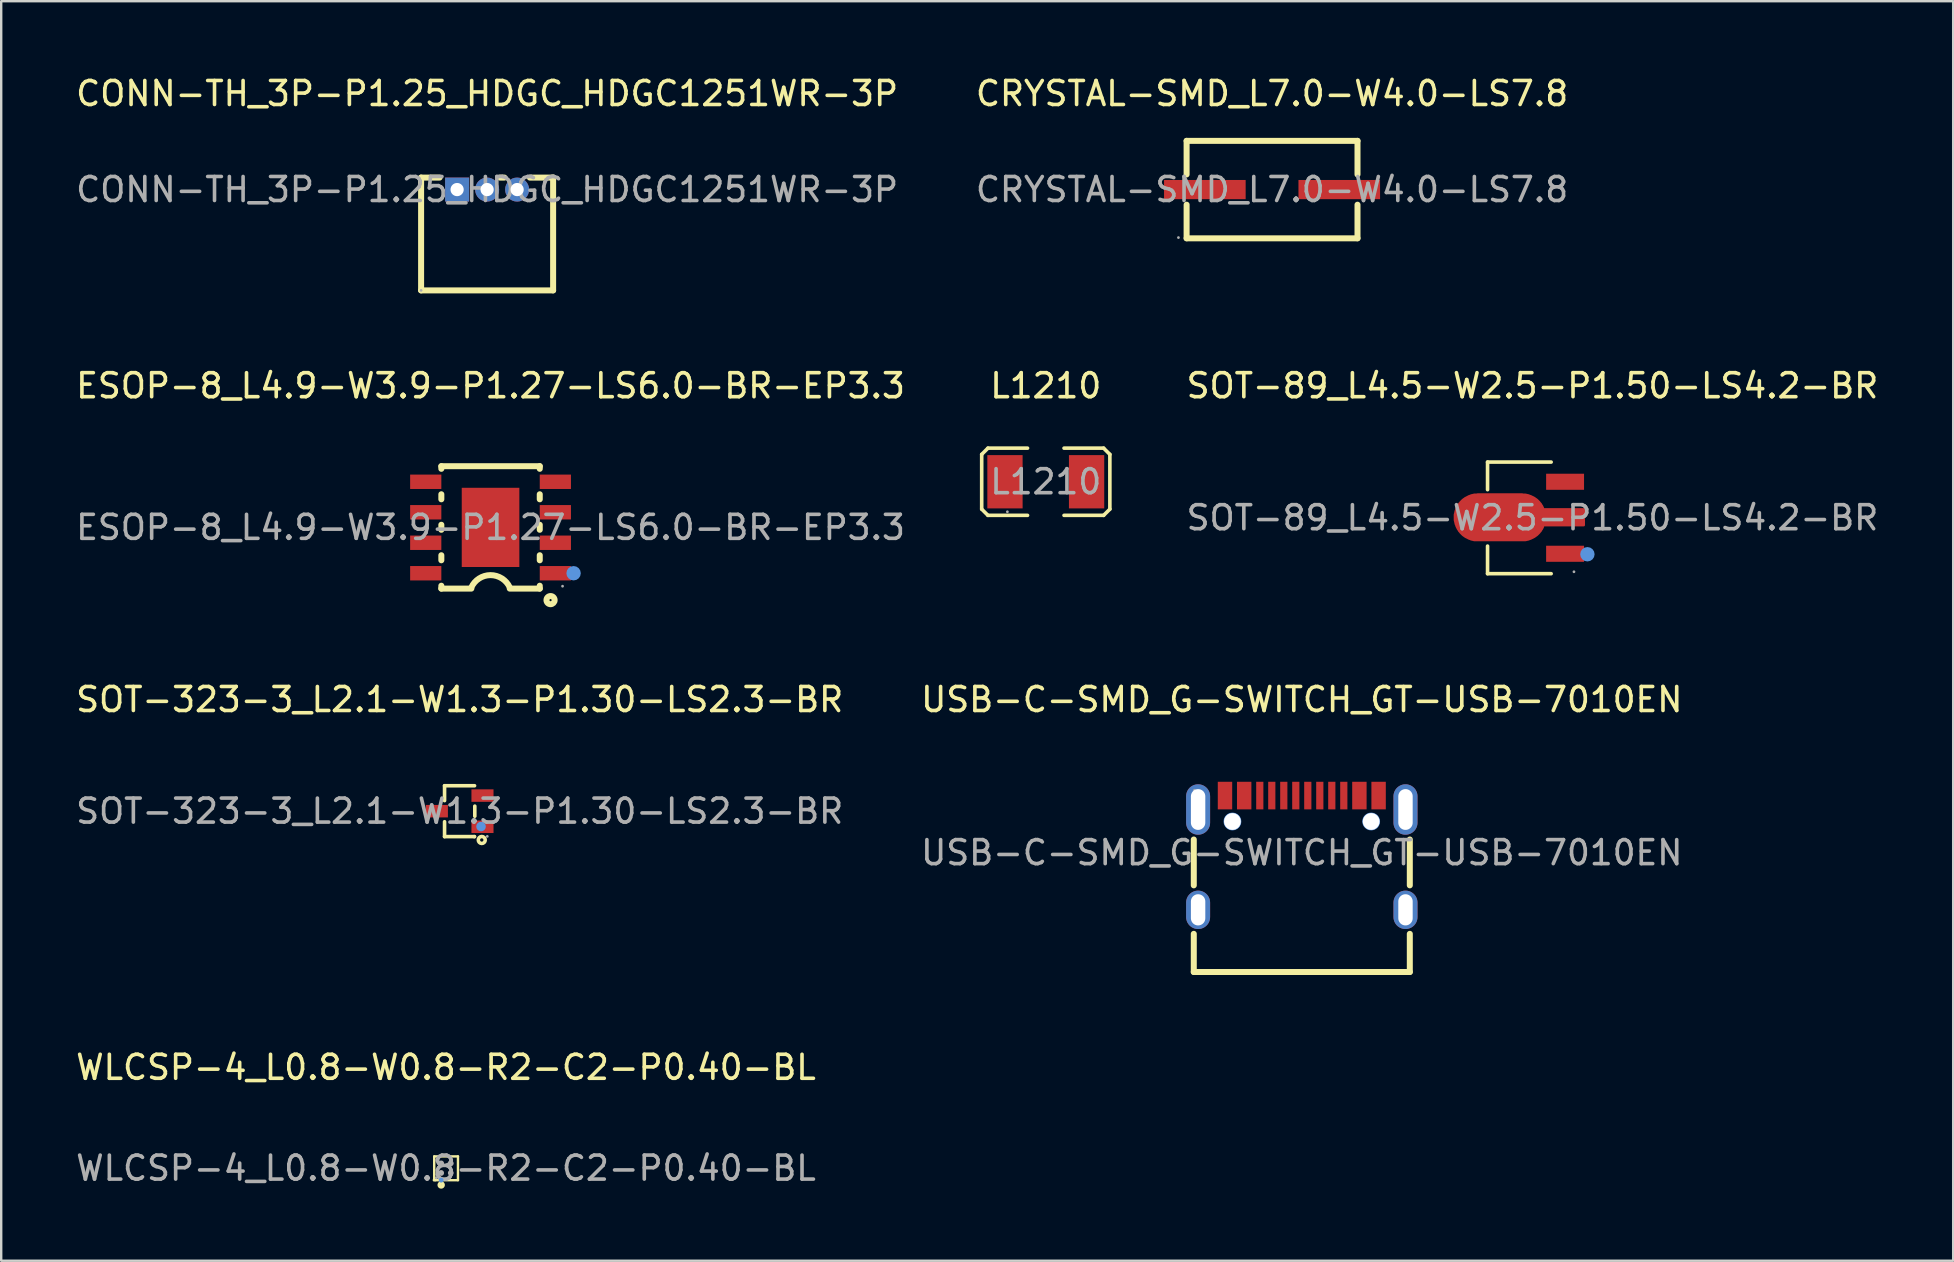
<source format=kicad_pcb>
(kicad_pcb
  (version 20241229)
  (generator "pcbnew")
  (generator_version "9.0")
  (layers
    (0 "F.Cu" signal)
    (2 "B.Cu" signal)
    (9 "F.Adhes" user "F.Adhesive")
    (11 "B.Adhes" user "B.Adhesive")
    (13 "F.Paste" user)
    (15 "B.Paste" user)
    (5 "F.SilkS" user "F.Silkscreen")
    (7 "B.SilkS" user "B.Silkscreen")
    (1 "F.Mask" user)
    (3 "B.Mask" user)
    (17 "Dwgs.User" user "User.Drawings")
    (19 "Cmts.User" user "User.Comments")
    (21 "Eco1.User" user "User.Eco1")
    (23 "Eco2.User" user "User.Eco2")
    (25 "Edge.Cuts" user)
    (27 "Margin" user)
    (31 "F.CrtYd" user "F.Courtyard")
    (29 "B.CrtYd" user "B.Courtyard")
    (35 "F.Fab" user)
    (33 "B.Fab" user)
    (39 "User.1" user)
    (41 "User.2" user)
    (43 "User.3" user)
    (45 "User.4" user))
  (footprint "SOT-323-3_L2.1-W1.3-P1.30-LS2.3-BR"
    (layer "F.Cu")
    (at 16.101 30.745)
    (property "Reference" "SOT-323-3_L2.1-W1.3-P1.30-LS2.3-BR" (at 0 -4.65 0) (layer "F.SilkS") (effects (font (size 1 1) (thickness 0.15))))
    (attr smd)
    (fp_line (start -0.63 -1.06) (end -0.63 -0.44) (stroke (width 0.15) (type solid)) (layer "F.SilkS"))
    (fp_line (start -0.63 -1.06) (end 0.62 -1.06) (stroke (width 0.15) (type solid)) (layer "F.SilkS"))
    (fp_line (start -0.63 0.44) (end -0.63 1.06) (stroke (width 0.15) (type solid)) (layer "F.SilkS"))
    (fp_line (start -0.63 1.06) (end 0.61 1.06) (stroke (width 0.15) (type solid)) (layer "F.SilkS"))
    (fp_line (start 0.61 1.06) (end 0.62 1.06) (stroke (width 0.15) (type solid)) (layer "F.SilkS"))
    (fp_line (start 0.63 0.21) (end 0.63 -0.21) (stroke (width 0.15) (type solid)) (layer "F.SilkS"))
    (fp_circle (center 0.92 1.2) (end 0.99 1.2) (stroke (width 0.15) (type solid)) (fill no) (layer "F.SilkS"))
    (fp_circle (center 0.89 0.64) (end 0.99 0.64) (stroke (width 0.2) (type solid)) (fill no) (layer "Cmts.User"))
    (fp_circle (center 1.15 1.05) (end 1.18 1.05) (stroke (width 0.06) (type solid)) (fill no) (layer "F.Fab"))
    (fp_text user "${REFERENCE}" (at 0 0 0) (layer "F.Fab") (effects (font (size 1 1) (thickness 0.15))))
    (pad "1" smd rect (at 0.95 0.65 90) (size 0.52 0.92) (layers "F.Cu" "F.Mask" "F.Paste"))
    (pad "2" smd rect (at 0.95 -0.65 90) (size 0.52 0.92) (layers "F.Cu" "F.Mask" "F.Paste"))
    (pad "3" smd rect (at -0.95 0 90) (size 0.52 0.92) (layers "F.Cu" "F.Mask" "F.Paste")))
  (footprint "ESOP-8_L4.9-W3.9-P1.27-LS6.0-BR-EP3.3"
    (layer "F.Cu")
    (at 17.387 18.922)
    (property "Reference" "ESOP-8_L4.9-W3.9-P1.27-LS6.0-BR-EP3.3" (at 0 -5.9 0) (layer "F.SilkS") (effects (font (size 1 1) (thickness 0.15))))
    (attr smd)
    (fp_line (start -2.05 -2.55) (end 2.05 -2.55) (stroke (width 0.25) (type solid)) (layer "F.SilkS"))
    (fp_line (start -2.05 -2.44) (end -2.05 -2.55) (stroke (width 0.25) (type solid)) (layer "F.SilkS"))
    (fp_line (start -2.05 -1.17) (end -2.05 -1.38) (stroke (width 0.25) (type solid)) (layer "F.SilkS"))
    (fp_line (start -2.05 0.1) (end -2.05 -0.11) (stroke (width 0.25) (type solid)) (layer "F.SilkS"))
    (fp_line (start -2.05 1.37) (end -2.05 1.16) (stroke (width 0.25) (type solid)) (layer "F.SilkS"))
    (fp_line (start -2.05 2.55) (end -2.05 2.43) (stroke (width 0.25) (type solid)) (layer "F.SilkS"))
    (fp_line (start -0.8 2.55) (end -2.05 2.55) (stroke (width 0.25) (type solid)) (layer "F.SilkS"))
    (fp_line (start 0.8 2.55) (end 2.05 2.55) (stroke (width 0.25) (type solid)) (layer "F.SilkS"))
    (fp_line (start 2.05 -2.44) (end 2.05 -2.55) (stroke (width 0.25) (type solid)) (layer "F.SilkS"))
    (fp_line (start 2.05 -1.17) (end 2.05 -1.38) (stroke (width 0.25) (type solid)) (layer "F.SilkS"))
    (fp_line (start 2.05 0.1) (end 2.05 -0.11) (stroke (width 0.25) (type solid)) (layer "F.SilkS"))
    (fp_line (start 2.05 1.37) (end 2.05 1.16) (stroke (width 0.25) (type solid)) (layer "F.SilkS"))
    (fp_line (start 2.05 2.55) (end 2.05 2.43) (stroke (width 0.25) (type solid)) (layer "F.SilkS"))
    (fp_arc (start -0.80257 2.505609) (mid -0.003085 1.988586) (end 0.8 2.5) (stroke (width 0.25) (type solid)) (layer "F.SilkS"))
    (fp_circle (center 2.5 3.03) (end 2.67 3.03) (stroke (width 0.25) (type solid)) (fill no) (layer "F.SilkS"))
    (fp_circle (center 3.46 1.91) (end 3.61 1.91) (stroke (width 0.3) (type solid)) (fill no) (layer "Cmts.User"))
    (fp_circle (center 3 2.45) (end 3.03 2.45) (stroke (width 0.06) (type solid)) (fill no) (layer "F.Fab"))
    (fp_text user "${REFERENCE}" (at 0 0 0) (layer "F.Fab") (effects (font (size 1 1) (thickness 0.15))))
    (pad "1" smd rect (at 2.7 1.91 180) (size 1.3 0.6) (layers "F.Cu" "F.Mask" "F.Paste"))
    (pad "2" smd rect (at 2.7 0.64 180) (size 1.3 0.6) (layers "F.Cu" "F.Mask" "F.Paste"))
    (pad "3" smd rect (at 2.7 -0.63 180) (size 1.3 0.6) (layers "F.Cu" "F.Mask" "F.Paste"))
    (pad "4" smd rect (at 2.7 -1.9 180) (size 1.3 0.6) (layers "F.Cu" "F.Mask" "F.Paste"))
    (pad "5" smd rect (at -2.7 -1.9 180) (size 1.3 0.6) (layers "F.Cu" "F.Mask" "F.Paste"))
    (pad "6" smd rect (at -2.7 -0.63 180) (size 1.3 0.6) (layers "F.Cu" "F.Mask" "F.Paste"))
    (pad "7" smd rect (at -2.7 0.64 180) (size 1.3 0.6) (layers "F.Cu" "F.Mask" "F.Paste"))
    (pad "8" smd rect (at -2.7 1.91 180) (size 1.3 0.6) (layers "F.Cu" "F.Mask" "F.Paste"))
    (pad "9" smd rect (at 0 0 180) (size 2.4 3.3) (layers "F.Cu" "F.Mask" "F.Paste")))
  (footprint "USB-C-SMD_G-SWITCH_GT-USB-7010EN"
    (layer "F.Cu")
    (at 51.185 32.475)
    (property "Reference" "USB-C-SMD_G-SWITCH_GT-USB-7010EN" (at 0 -6.38 0) (layer "F.SilkS") (effects (font (size 1 1) (thickness 0.15))))
    (attr smd)
    (fp_line (start -4.5 1.36) (end -4.5 -0.55) (stroke (width 0.25) (type solid)) (layer "F.SilkS"))
    (fp_line (start -4.5 4.97) (end -4.5 3.38) (stroke (width 0.25) (type solid)) (layer "F.SilkS"))
    (fp_line (start -4.5 4.97) (end 4.5 4.97) (stroke (width 0.25) (type solid)) (layer "F.SilkS"))
    (fp_line (start 4.5 1.36) (end 4.5 -0.55) (stroke (width 0.25) (type solid)) (layer "F.SilkS"))
    (fp_line (start 4.5 4.97) (end 4.5 3.38) (stroke (width 0.25) (type solid)) (layer "F.SilkS"))
    (fp_circle (center -2.89 -1.3) (end -2.77 -1.3) (stroke (width 0.25) (type solid)) (fill no) (layer "Cmts.User"))
    (fp_circle (center 2.89 -1.3) (end 3.01 -1.3) (stroke (width 0.25) (type solid)) (fill no) (layer "Cmts.User"))
    (fp_circle (center -4.47 -2.6) (end -4.44 -2.6) (stroke (width 0.06) (type solid)) (fill no) (layer "F.Fab"))
    (fp_text user "${REFERENCE}" (at 0 0 0) (layer "F.Fab") (effects (font (size 1 1) (thickness 0.15))))
    (pad "" thru_hole circle (at -2.89 -1.3) (size 0.7 0.7) (drill 0.7) (layers "*.Cu" "*.Mask"))
    (pad "" thru_hole circle (at 2.89 -1.3) (size 0.7 0.7) (drill 0.7) (layers "*.Cu" "*.Mask"))
    (pad "1" thru_hole oval (at -4.32 -1.8) (size 1 2.1) (drill oval 0.6 1.7) (layers "*.Cu" "*.Paste" "*.Mask"))
    (pad "2" thru_hole oval (at 4.32 -1.8) (size 1 2.1) (drill oval 0.6 1.7) (layers "*.Cu" "*.Paste" "*.Mask"))
    (pad "3" thru_hole oval (at 4.32 2.38) (size 1 1.6) (drill oval 0.6 1.3) (layers "*.Cu" "*.Paste" "*.Mask"))
    (pad "4" thru_hole oval (at -4.32 2.38) (size 1 1.6) (drill oval 0.6 1.3) (layers "*.Cu" "*.Paste" "*.Mask"))
    (pad "A1B12" smd rect (at -3.2 -2.38) (size 0.6 1.15) (layers "F.Cu" "F.Mask" "F.Paste"))
    (pad "A4B9" smd rect (at -2.4 -2.38) (size 0.6 1.15) (layers "F.Cu" "F.Mask" "F.Paste"))
    (pad "A5" smd rect (at -1.25 -2.38) (size 0.3 1.15) (layers "F.Cu" "F.Mask" "F.Paste"))
    (pad "A6" smd rect (at -0.25 -2.38) (size 0.3 1.15) (layers "F.Cu" "F.Mask" "F.Paste"))
    (pad "A7" smd rect (at 0.25 -2.38) (size 0.3 1.15) (layers "F.Cu" "F.Mask" "F.Paste"))
    (pad "A8" smd rect (at 1.25 -2.38) (size 0.3 1.15) (layers "F.Cu" "F.Mask" "F.Paste"))
    (pad "B1A12" smd rect (at 3.2 -2.38) (size 0.6 1.15) (layers "F.Cu" "F.Mask" "F.Paste"))
    (pad "B4A9" smd rect (at 2.4 -2.38) (size 0.6 1.15) (layers "F.Cu" "F.Mask" "F.Paste"))
    (pad "B5" smd rect (at 1.75 -2.38) (size 0.3 1.15) (layers "F.Cu" "F.Mask" "F.Paste"))
    (pad "B6" smd rect (at 0.75 -2.38) (size 0.3 1.15) (layers "F.Cu" "F.Mask" "F.Paste"))
    (pad "B7" smd rect (at -0.75 -2.38) (size 0.3 1.15) (layers "F.Cu" "F.Mask" "F.Paste"))
    (pad "B8" smd rect (at -1.75 -2.38) (size 0.3 1.15) (layers "F.Cu" "F.Mask" "F.Paste")))
  (footprint "WLCSP-4_L0.8-W0.8-R2-C2-P0.40-BL"
    (layer "F.Cu")
    (at 15.53 45.618)
    (property "Reference" "WLCSP-4_L0.8-W0.8-R2-C2-P0.40-BL" (at 0 -4.2 0) (layer "F.SilkS") (effects (font (size 1 1) (thickness 0.15))))
    (attr smd)
    (fp_line (start -0.5 0.5) (end -0.49 0.44) (stroke (width 0.1) (type solid)) (layer "F.SilkS"))
    (fp_line (start -0.49 -0.49) (end 0.5 -0.49) (stroke (width 0.1) (type solid)) (layer "F.SilkS"))
    (fp_line (start -0.49 0.44) (end -0.49 -0.49) (stroke (width 0.1) (type solid)) (layer "F.SilkS"))
    (fp_line (start -0.44 0.5) (end -0.5 0.5) (stroke (width 0.1) (type solid)) (layer "F.SilkS"))
    (fp_line (start 0.5 -0.49) (end 0.5 0.5) (stroke (width 0.1) (type solid)) (layer "F.SilkS"))
    (fp_line (start 0.5 0.5) (end -0.44 0.5) (stroke (width 0.1) (type solid)) (layer "F.SilkS"))
    (fp_circle (center -0.2 0.7) (end -0.12 0.7) (stroke (width 0.15) (type solid)) (fill no) (layer "F.SilkS"))
    (fp_circle (center -0.2 0.5) (end -0.15 0.5) (stroke (width 0.1) (type solid)) (fill no) (layer "Cmts.User"))
    (fp_circle (center -0.4 0.4) (end -0.37 0.4) (stroke (width 0.06) (type solid)) (fill no) (layer "F.Fab"))
    (fp_circle (center -0.2 -0.2) (end -0.14 -0.2) (stroke (width 0.12) (type solid)) (fill no) (layer "F.Fab"))
    (fp_circle (center -0.2 0.2) (end -0.14 0.2) (stroke (width 0.12) (type solid)) (fill no) (layer "F.Fab"))
    (fp_circle (center 0.2 -0.2) (end 0.26 -0.2) (stroke (width 0.12) (type solid)) (fill no) (layer "F.Fab"))
    (fp_circle (center 0.2 0.2) (end 0.26 0.2) (stroke (width 0.12) (type solid)) (fill no) (layer "F.Fab"))
    (fp_text user "${REFERENCE}" (at 0 0 0) (layer "F.Fab") (effects (font (size 1 1) (thickness 0.15))))
    (pad "A1" smd circle (at -0.2 0.2 270) (size 0.2 0.2) (layers "F.Cu" "F.Mask" "F.Paste"))
    (pad "A2" smd circle (at -0.2 -0.2 270) (size 0.2 0.2) (layers "F.Cu" "F.Mask" "F.Paste"))
    (pad "B1" smd circle (at 0.2 0.2 270) (size 0.2 0.2) (layers "F.Cu" "F.Mask" "F.Paste"))
    (pad "B2" smd circle (at 0.2 -0.2 270) (size 0.2 0.2) (layers "F.Cu" "F.Mask" "F.Paste")))
  (footprint "L1210"
    (layer "F.Cu")
    (at 40.519 17.021)
    (property "Reference" "L1210" (at 0 -4 0) (layer "F.SilkS") (effects (font (size 1 1) (thickness 0.15))))
    (attr smd)
    (fp_line (start -2.67 -1.14) (end -2.41 -1.4) (stroke (width 0.15) (type solid)) (layer "F.SilkS"))
    (fp_line (start -2.67 1.14) (end -2.67 -1.14) (stroke (width 0.15) (type solid)) (layer "F.SilkS"))
    (fp_line (start -2.41 -1.4) (end -0.76 -1.4) (stroke (width 0.15) (type solid)) (layer "F.SilkS"))
    (fp_line (start -2.41 1.4) (end -2.67 1.14) (stroke (width 0.15) (type solid)) (layer "F.SilkS"))
    (fp_line (start -0.76 1.4) (end -2.41 1.4) (stroke (width 0.15) (type solid)) (layer "F.SilkS"))
    (fp_line (start 0.76 -1.4) (end 2.41 -1.4) (stroke (width 0.15) (type solid)) (layer "F.SilkS"))
    (fp_line (start 2.41 -1.4) (end 2.67 -1.14) (stroke (width 0.15) (type solid)) (layer "F.SilkS"))
    (fp_line (start 2.41 1.4) (end 0.76 1.4) (stroke (width 0.15) (type solid)) (layer "F.SilkS"))
    (fp_line (start 2.67 -1.14) (end 2.67 1.14) (stroke (width 0.15) (type solid)) (layer "F.SilkS"))
    (fp_line (start 2.67 1.14) (end 2.41 1.4) (stroke (width 0.15) (type solid)) (layer "F.SilkS"))
    (fp_circle (center -1.6 1.25) (end -1.57 1.25) (stroke (width 0.06) (type solid)) (fill no) (layer "F.Fab"))
    (fp_text user "${REFERENCE}" (at 0 0 0) (layer "F.Fab") (effects (font (size 1 1) (thickness 0.15))))
    (pad "1" smd rect (at -1.7 0 180) (size 1.47 2.22) (layers "F.Cu" "F.Mask" "F.Paste"))
    (pad "2" smd rect (at 1.7 0 180) (size 1.47 2.22) (layers "F.Cu" "F.Mask" "F.Paste")))
  (footprint "CONN-TH_3P-P1.25_HDGC_HDGC1251WR-3P"
    (layer "F.Cu")
    (at 17.244 4.848)
    (property "Reference" "CONN-TH_3P-P1.25_HDGC_HDGC1251WR-3P" (at 0 -4 0) (layer "F.SilkS") (effects (font (size 1 1) (thickness 0.15))))
    (attr smd)
    (fp_line (start -2.75 -0.5) (end -1.98 -0.5) (stroke (width 0.25) (type solid)) (layer "F.SilkS"))
    (fp_line (start -2.75 4.2) (end -2.75 -0.5) (stroke (width 0.25) (type solid)) (layer "F.SilkS"))
    (fp_line (start -2.75 4.2) (end 2.75 4.2) (stroke (width 0.25) (type solid)) (layer "F.SilkS"))
    (fp_line (start 0.53 -0.5) (end 0.72 -0.5) (stroke (width 0.25) (type solid)) (layer "F.SilkS"))
    (fp_line (start 1.78 -0.5) (end 2.75 -0.5) (stroke (width 0.25) (type solid)) (layer "F.SilkS"))
    (fp_line (start 2.75 -0.5) (end 2.75 4.2) (stroke (width 0.25) (type solid)) (layer "F.SilkS"))
    (fp_circle (center -2.75 4.2) (end -2.72 4.2) (stroke (width 0.06) (type solid)) (fill no) (layer "F.Fab"))
    (fp_text user "${REFERENCE}" (at 0 0 0) (layer "F.Fab") (effects (font (size 1 1) (thickness 0.15))))
    (pad "1" thru_hole rect (at -1.25 0) (size 1 1) (drill 0.55) (layers "*.Cu" "*.Mask"))
    (pad "2" thru_hole circle (at 0 0) (size 1 1) (drill 0.55) (layers "*.Cu" "*.Mask"))
    (pad "3" thru_hole circle (at 1.25 0) (size 1 1) (drill 0.55) (layers "*.Cu" "*.Mask")))
  (footprint "CRYSTAL-SMD_L7.0-W4.0-LS7.8"
    (layer "F.Cu")
    (at 49.946 4.848)
    (property "Reference" "CRYSTAL-SMD_L7.0-W4.0-LS7.8" (at 0 -4 0) (layer "F.SilkS") (effects (font (size 1 1) (thickness 0.15))))
    (attr smd)
    (fp_line (start -3.56 -2.03) (end 3.56 -2.03) (stroke (width 0.25) (type solid)) (layer "F.SilkS"))
    (fp_line (start -3.56 -0.63) (end -3.56 -2.03) (stroke (width 0.25) (type solid)) (layer "F.SilkS"))
    (fp_line (start -3.56 2.03) (end -3.56 0.63) (stroke (width 0.25) (type solid)) (layer "F.SilkS"))
    (fp_line (start 3.56 -2.03) (end 3.56 -0.63) (stroke (width 0.25) (type solid)) (layer "F.SilkS"))
    (fp_line (start 3.56 0.63) (end 3.56 2.03) (stroke (width 0.25) (type solid)) (layer "F.SilkS"))
    (fp_line (start 3.56 2.03) (end -3.56 2.03) (stroke (width 0.25) (type solid)) (layer "F.SilkS"))
    (fp_circle (center -3.9 2) (end -3.87 2) (stroke (width 0.06) (type solid)) (fill no) (layer "F.Fab"))
    (fp_text user "${REFERENCE}" (at 0 0 0) (layer "F.Fab") (effects (font (size 1 1) (thickness 0.15))))
    (pad "1" smd rect (at -2.8 0) (size 3.4 0.8) (layers "F.Cu" "F.Mask" "F.Paste"))
    (pad "2" smd rect (at 2.8 0) (size 3.4 0.8) (layers "F.Cu" "F.Mask" "F.Paste")))
  (footprint "SOT-89_L4.5-W2.5-P1.50-LS4.2-BR"
    (layer "F.Cu")
    (at 60.794 18.521)
    (property "Reference" "SOT-89_L4.5-W2.5-P1.50-LS4.2-BR" (at 0 -5.5 0) (layer "F.SilkS") (effects (font (size 1 1) (thickness 0.15))))
    (attr smd)
    (fp_line (start -1.87 -2.32) (end -1.87 -1.17) (stroke (width 0.15) (type solid)) (layer "F.SilkS"))
    (fp_line (start -1.87 2.33) (end -1.87 1.18) (stroke (width 0.15) (type solid)) (layer "F.SilkS"))
    (fp_line (start 0.78 -2.32) (end -1.87 -2.32) (stroke (width 0.15) (type solid)) (layer "F.SilkS"))
    (fp_line (start 0.78 2.33) (end -1.87 2.33) (stroke (width 0.15) (type solid)) (layer "F.SilkS"))
    (fp_circle (center 2.29 1.52) (end 2.44 1.52) (stroke (width 0.3) (type solid)) (fill no) (layer "Cmts.User"))
    (fp_circle (center 1.73 2.25) (end 1.76 2.25) (stroke (width 0.06) (type solid)) (fill no) (layer "F.Fab"))
    (fp_text user "${REFERENCE}" (at 0 0 0) (layer "F.Fab") (effects (font (size 1 1) (thickness 0.15))))
    (pad "1" smd rect (at 1.36 1.5) (size 1.58 0.67) (layers "F.Cu" "F.Mask" "F.Paste"))
    (pad "2" smd custom (at 0 -0.01) (size 1 1) (layers "F.Cu" "F.Mask" "F.Paste") (options (anchor circle)) (primitives (gr_poly (pts (xy -2.28 -0.96) (xy -0.43 -0.96) (xy -0.38 -0.95) (xy -0.34 -0.95) (xy -0.3 -0.95) (xy -0.25 -0.94) (xy -0.21 -0.93) (xy -0.16 -0.92) (xy -0.12 -0.9) (xy -0.08 -0.89) (xy -0.04 -0.87) (xy 0 -0.85) (xy 0.04 -0.83) (xy 0.08 -0.81) (xy 0.12 -0.78) (xy 0.15 -0.76) (xy 0.19 -0.73) (xy 0.22 -0.7) (xy 0.25 -0.67) (xy 0.28 -0.64) (xy 0.31 -0.6) (xy 0.34 -0.57) (xy 0.36 -0.53) (xy 0.39 -0.49) (xy 0.41 -0.45) (xy 0.43 -0.41) (xy 0.45 -0.34) (xy 2.14 -0.34) (xy 2.14 0.32) (xy 0.45 0.32) (xy 0.43 0.4) (xy 0.41 0.44) (xy 0.39 0.48) (xy 0.36 0.52) (xy 0.34 0.56) (xy 0.31 0.59) (xy 0.28 0.63) (xy 0.25 0.66) (xy 0.22 0.69) (xy 0.19 0.72) (xy 0.15 0.75) (xy 0.12 0.77) (xy 0.08 0.8) (xy 0.04 0.82) (xy 0 0.84) (xy -0.04 0.86) (xy -0.08 0.88) (xy -0.12 0.89) (xy -0.16 0.91) (xy -0.21 0.92) (xy -0.25 0.93) (xy -0.3 0.94) (xy -0.34 0.94) (xy -0.38 0.94) (xy -0.43 0.94) (xy -2.28 0.94) (xy -2.33 0.94) (xy -2.37 0.94) (xy -2.42 0.94) (xy -2.46 0.93) (xy -2.5 0.92) (xy -2.55 0.91) (xy -2.59 0.89) (xy -2.63 0.88) (xy -2.67 0.86) (xy -2.71 0.84) (xy -2.75 0.82) (xy -2.79 0.8) (xy -2.83 0.77) (xy -2.86 0.75) (xy -2.9 0.72) (xy -2.93 0.69) (xy -2.96 0.66) (xy -2.99 0.63) (xy -3.02 0.59) (xy -3.05 0.56) (xy -3.07 0.52) (xy -3.1 0.48) (xy -3.12 0.44) (xy -3.14 0.4) (xy -3.16 0.36) (xy -3.17 0.32) (xy -3.19 0.28) (xy -3.2 0.24) (xy -3.21 0.19) (xy -3.22 0.15) (xy -3.23 0.11) (xy -3.23 0.06) (xy -3.23 0.02) (xy -3.23 -0.03) (xy -3.23 -0.07) (xy -3.23 -0.12) (xy -3.22 -0.16) (xy -3.21 -0.2) (xy -3.2 -0.25) (xy -3.19 -0.29) (xy -3.17 -0.33) (xy -3.16 -0.37) (xy -3.14 -0.41) (xy -3.12 -0.45) (xy -3.1 -0.49) (xy -3.07 -0.53) (xy -3.05 -0.57) (xy -3.02 -0.6) (xy -2.99 -0.64) (xy -2.96 -0.67) (xy -2.93 -0.7) (xy -2.9 -0.73) (xy -2.86 -0.76) (xy -2.83 -0.78) (xy -2.79 -0.81) (xy -2.75 -0.83) (xy -2.71 -0.85) (xy -2.67 -0.87) (xy -2.63 -0.89) (xy -2.59 -0.9) (xy -2.55 -0.92) (xy -2.5 -0.93) (xy -2.46 -0.94) (xy -2.42 -0.95) (xy -2.37 -0.95) (xy -2.33 -0.95) (xy -2.28 -0.96)) (width 0.1) (fill yes))))
    (pad "3" smd rect (at 1.36 -1.5) (size 1.58 0.67) (layers "F.Cu" "F.Mask" "F.Paste")))
  (gr_rect
    (start -3 -3)
    (end 78.323 49.473)
    (stroke (width 0.1) (type default))
    (fill no)
    (layer "Edge.Cuts")))
</source>
